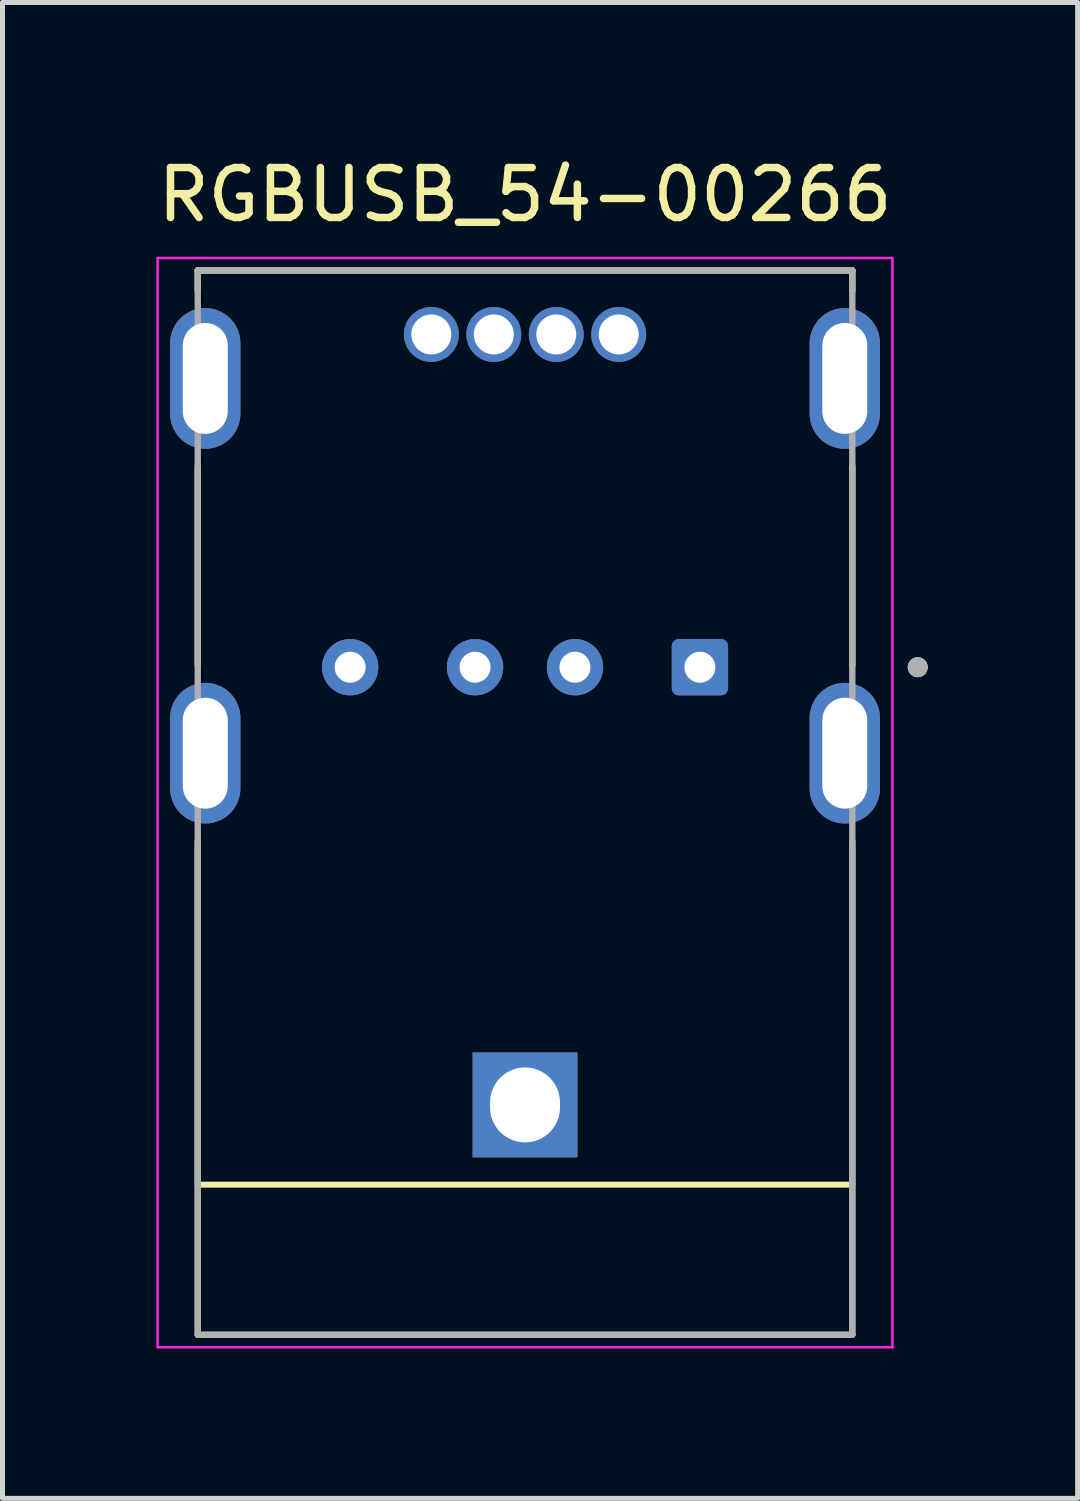
<source format=kicad_pcb>
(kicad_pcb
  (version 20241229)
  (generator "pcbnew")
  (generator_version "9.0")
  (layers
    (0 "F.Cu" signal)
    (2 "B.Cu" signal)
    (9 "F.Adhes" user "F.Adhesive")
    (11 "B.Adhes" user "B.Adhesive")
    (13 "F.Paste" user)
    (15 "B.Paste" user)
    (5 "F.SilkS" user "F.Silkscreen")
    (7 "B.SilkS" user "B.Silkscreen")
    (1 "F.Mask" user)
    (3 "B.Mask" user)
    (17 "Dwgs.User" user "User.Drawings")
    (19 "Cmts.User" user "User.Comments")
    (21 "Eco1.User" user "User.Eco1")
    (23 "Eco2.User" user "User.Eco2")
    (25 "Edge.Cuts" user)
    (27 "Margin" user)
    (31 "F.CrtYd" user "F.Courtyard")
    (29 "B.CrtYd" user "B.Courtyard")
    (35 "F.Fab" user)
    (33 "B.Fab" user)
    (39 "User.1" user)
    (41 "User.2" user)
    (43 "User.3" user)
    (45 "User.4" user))
  (footprint "RGBUSB_54-00266"
    (layer "F.Cu")
    (at 7.458 12.024)
    (property "Reference" "RGBUSB_54-00266" (at 0 -11.176 0) (layer "F.SilkS") (effects (font (size 1 1) (thickness 0.15))))
    (attr through_hole)
    (fp_line (start -6.55 -9.66) (end -6.55 -9.25) (stroke (width 0.127) (type solid)) (layer "F.SilkS"))
    (fp_line (start -6.55 -1.75) (end -6.55 -5.75) (stroke (width 0.127) (type solid)) (layer "F.SilkS"))
    (fp_line (start -6.55 1.905) (end -6.55 8.636) (stroke (width 0.12) (type default)) (layer "F.SilkS"))
    (fp_line (start -6.55 8.636) (end 6.55 8.636) (stroke (width 0.12) (type default)) (layer "F.SilkS"))
    (fp_line (start 6.55 -9.66) (end -6.55 -9.66) (stroke (width 0.127) (type solid)) (layer "F.SilkS"))
    (fp_line (start 6.55 -9.25) (end 6.55 -9.66) (stroke (width 0.127) (type solid)) (layer "F.SilkS"))
    (fp_line (start 6.55 -5.75) (end 6.55 -1.75) (stroke (width 0.127) (type solid)) (layer "F.SilkS"))
    (fp_line (start 6.55 1.905) (end 6.55 8.636) (stroke (width 0.12) (type default)) (layer "F.SilkS"))
    (fp_circle (center 7.86 -1.72) (end 7.96 -1.72) (stroke (width 0.2) (type solid)) (fill no) (layer "F.SilkS"))
    (fp_line (start -7.354 -9.91) (end -7.354 11.89) (stroke (width 0.05) (type solid)) (layer "F.CrtYd"))
    (fp_line (start -7.354 11.89) (end 7.354 11.89) (stroke (width 0.05) (type solid)) (layer "F.CrtYd"))
    (fp_line (start 7.354 -9.91) (end -7.354 -9.91) (stroke (width 0.05) (type solid)) (layer "F.CrtYd"))
    (fp_line (start 7.354 11.89) (end 7.354 -9.91) (stroke (width 0.05) (type solid)) (layer "F.CrtYd"))
    (fp_line (start -6.55 -9.66) (end 6.55 -9.66) (stroke (width 0.127) (type solid)) (layer "F.Fab"))
    (fp_line (start -6.55 11.64) (end -6.55 -9.66) (stroke (width 0.127) (type solid)) (layer "F.Fab"))
    (fp_line (start -6.55 11.64) (end -6.55 1.75) (stroke (width 0.127) (type solid)) (layer "F.Fab"))
    (fp_line (start 6.55 -9.66) (end 6.55 11.64) (stroke (width 0.127) (type solid)) (layer "F.Fab"))
    (fp_line (start 6.55 1.75) (end 6.55 11.64) (stroke (width 0.127) (type solid)) (layer "F.Fab"))
    (fp_line (start 6.55 11.64) (end -6.55 11.64) (stroke (width 0.127) (type solid)) (layer "F.Fab"))
    (fp_line (start 6.55 11.64) (end -6.55 11.64) (stroke (width 0.127) (type solid)) (layer "F.Fab"))
    (fp_circle (center 7.86 -1.72) (end 7.96 -1.72) (stroke (width 0.2) (type solid)) (fill no) (layer "F.Fab"))
    (pad "1" thru_hole roundrect (at 3.5 -1.72) (size 1.128 1.128) (drill 0.62) (layers "*.Cu" "*.Mask") (roundrect_rratio 0.125))
    (pad "2" thru_hole circle (at 1 -1.72) (size 1.128 1.128) (drill 0.62) (layers "*.Cu" "*.Mask"))
    (pad "3" thru_hole circle (at -1 -1.72) (size 1.128 1.128) (drill 0.62) (layers "*.Cu" "*.Mask"))
    (pad "4" thru_hole circle (at -3.5 -1.72) (size 1.128 1.128) (drill 0.62) (layers "*.Cu" "*.Mask"))
    (pad "B" thru_hole circle (at -1.875 -8.38) (size 1.1 1.1) (drill 0.8) (layers "*.Cu" "*.Mask"))
    (pad "G" thru_hole circle (at -0.625 -8.38) (size 1.1 1.1) (drill 0.8) (layers "*.Cu" "*.Mask"))
    (pad "R" thru_hole circle (at 1.875 -8.38) (size 1.1 1.1) (drill 0.8) (layers "*.Cu" "*.Mask"))
    (pad "S1" thru_hole oval (at -6.4 0) (size 1.408 2.816) (drill oval 0.9 2.22) (layers "*.Cu" "*.Mask"))
    (pad "S2" thru_hole oval (at 6.4 0) (size 1.408 2.816) (drill oval 0.9 2.22) (layers "*.Cu" "*.Mask"))
    (pad "S3" thru_hole oval (at -6.4 -7.5) (size 1.408 2.816) (drill oval 0.9 2.22) (layers "*.Cu" "*.Mask"))
    (pad "S4" thru_hole oval (at 6.4 -7.5) (size 1.408 2.816) (drill oval 0.9 2.22) (layers "*.Cu" "*.Mask"))
    (pad "S5" thru_hole rect (at 0 7.04) (size 2.1 2.1) (drill oval 1.4 1.5) (layers "*.Cu" "*.Mask"))
    (pad "V" thru_hole circle (at 0.625 -8.38) (size 1.1 1.1) (drill 0.8) (layers "*.Cu" "*.Mask")))
  (gr_rect
    (start -3 -3)
    (end 18.518 26.939)
    (stroke (width 0.1) (type default))
    (fill no)
    (layer "Edge.Cuts")))
</source>
